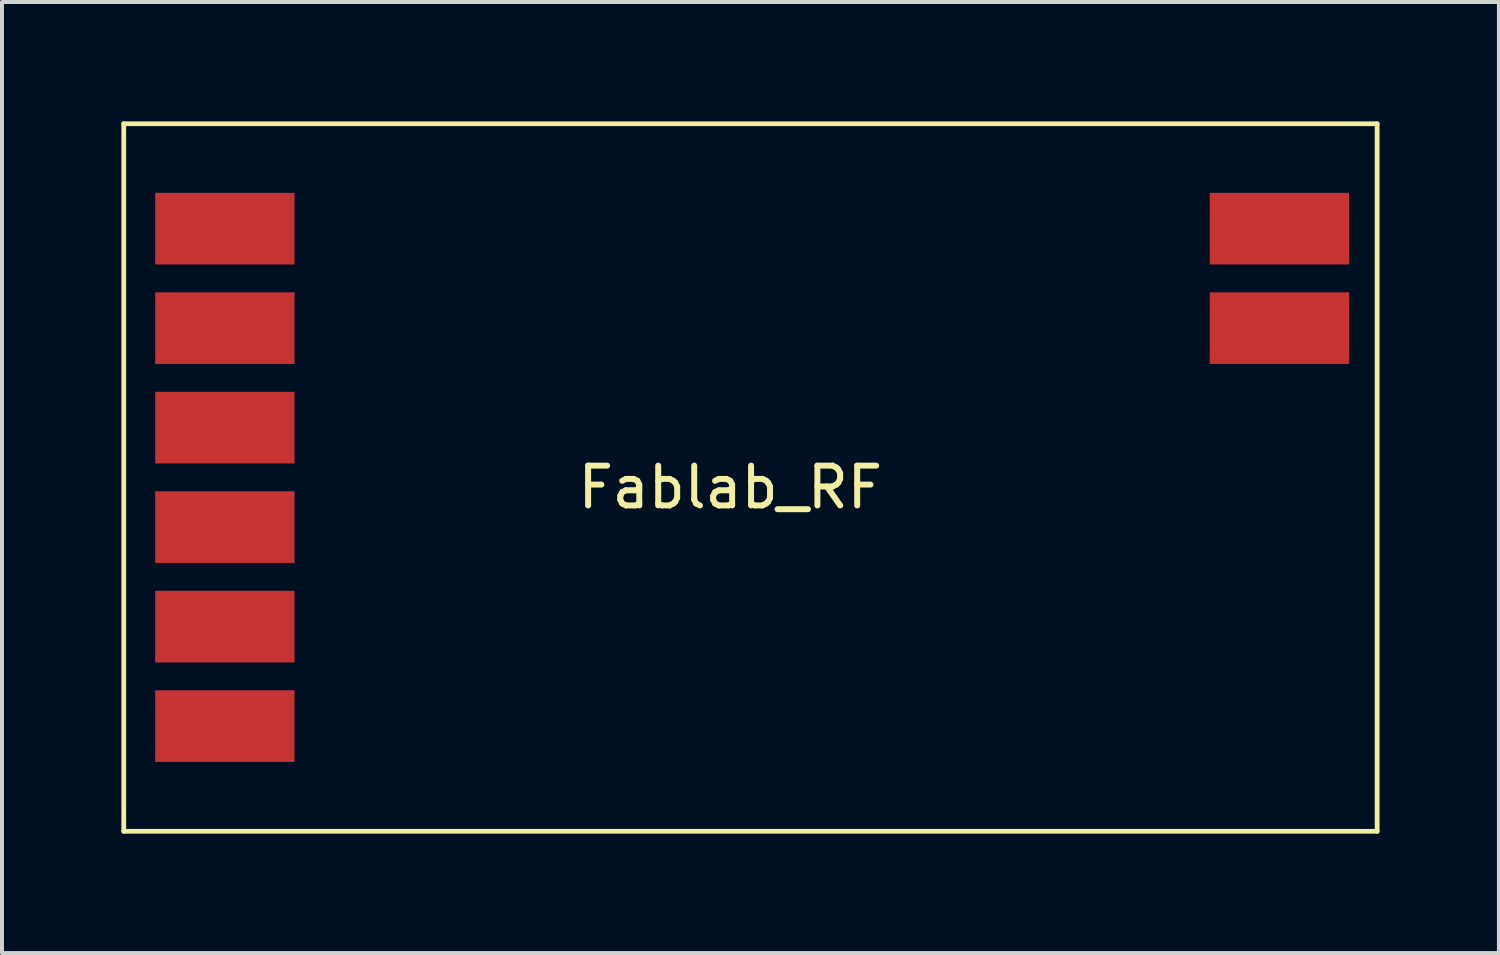
<source format=kicad_pcb>
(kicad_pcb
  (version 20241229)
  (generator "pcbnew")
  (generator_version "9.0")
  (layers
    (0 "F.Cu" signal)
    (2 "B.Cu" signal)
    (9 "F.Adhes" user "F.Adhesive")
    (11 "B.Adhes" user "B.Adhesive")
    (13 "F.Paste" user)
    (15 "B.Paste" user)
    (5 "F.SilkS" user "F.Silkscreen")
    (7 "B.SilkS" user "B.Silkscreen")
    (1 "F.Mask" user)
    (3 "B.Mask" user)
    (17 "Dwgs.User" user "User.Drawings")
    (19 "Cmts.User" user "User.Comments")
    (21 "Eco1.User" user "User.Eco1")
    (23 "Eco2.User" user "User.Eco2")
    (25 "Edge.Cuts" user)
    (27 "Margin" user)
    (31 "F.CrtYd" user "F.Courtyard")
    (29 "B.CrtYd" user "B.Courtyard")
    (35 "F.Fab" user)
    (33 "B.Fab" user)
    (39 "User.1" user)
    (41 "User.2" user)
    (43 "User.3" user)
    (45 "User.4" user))
  (footprint "Fablab_RF"
    (layer "F.Cu")
    (at 15.3 8.696)
    (property "Reference" "Fablab_RF" (at 0 0.5 0) (layer "F.SilkS") (effects (font (size 1 1) (thickness 0.15))))
    (attr through_hole)
    (fp_line (start -15.24 -8.636) (end -15.24 9.144) (stroke (width 0.12) (type solid)) (layer "F.SilkS"))
    (fp_line (start -15.24 -8.636) (end 16.256 -8.636) (stroke (width 0.12) (type solid)) (layer "F.SilkS"))
    (fp_line (start 16.256 -8.636) (end 16.256 9.144) (stroke (width 0.12) (type solid)) (layer "F.SilkS"))
    (fp_line (start 16.256 9.144) (end -15.24 9.144) (stroke (width 0.12) (type solid)) (layer "F.SilkS"))
    (pad "1" smd rect (at -12.7 -6) (size 3.5 1.8) (layers "F.Cu" "F.Mask" "F.Paste"))
    (pad "2" smd rect (at -12.7 -3.5) (size 3.5 1.8) (layers "F.Cu" "F.Mask" "F.Paste"))
    (pad "3" smd rect (at -12.7 -1) (size 3.5 1.8) (layers "F.Cu" "F.Mask" "F.Paste"))
    (pad "4" smd rect (at -12.7 1.5) (size 3.5 1.8) (layers "F.Cu" "F.Mask" "F.Paste"))
    (pad "5" smd rect (at -12.7 4) (size 3.5 1.8) (layers "F.Cu" "F.Mask" "F.Paste"))
    (pad "6" smd rect (at -12.7 6.5) (size 3.5 1.8) (layers "F.Cu" "F.Mask" "F.Paste"))
    (pad "7" smd rect (at 13.8 -6) (size 3.5 1.8) (layers "F.Cu" "F.Mask" "F.Paste"))
    (pad "8" smd rect (at 13.8 -3.5) (size 3.5 1.8) (layers "F.Cu" "F.Mask" "F.Paste")))
  (gr_rect
    (start -3 -3)
    (end 34.616 20.9)
    (stroke (width 0.1) (type default))
    (fill no)
    (layer "Edge.Cuts")))
</source>
